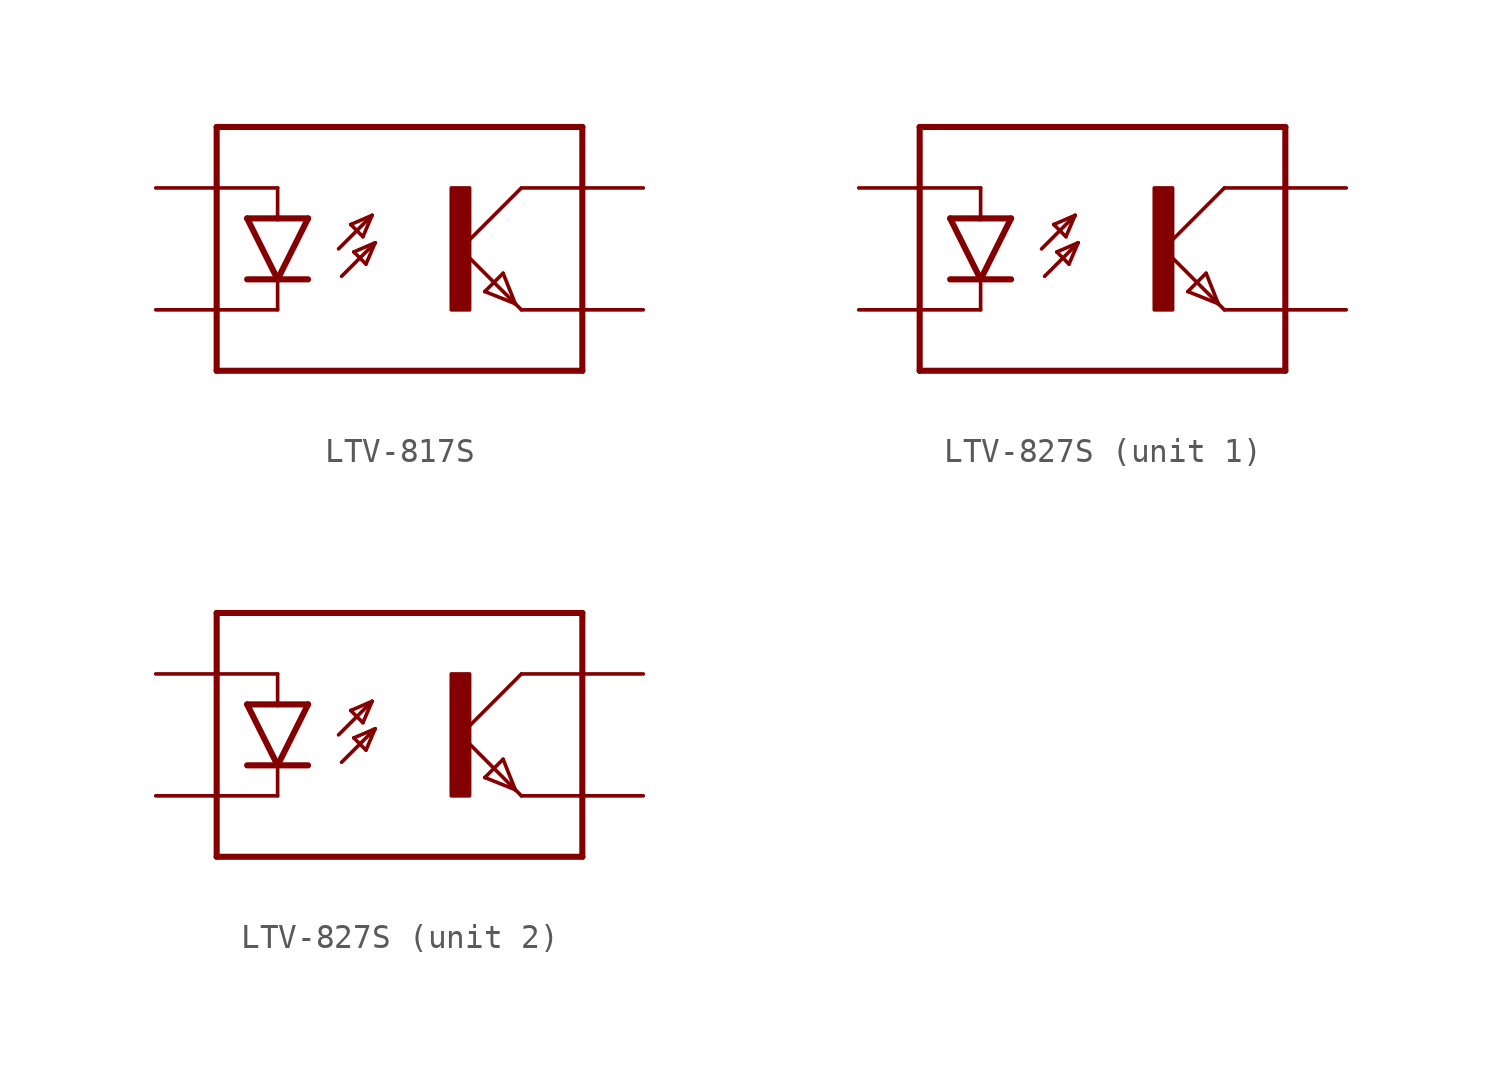
<source format=kicad_sym>
(kicad_symbol_lib
  (version 20231120)
  (generator "kicad_symbol_editor")
  (generator_version "8.0")
  (symbol "LTV-817S"
    (property "Reference" ""
      (at 0 5.842 0)
      (effects (font (size 1.778 1.511)) (justify bottom) (hide yes)))
    (property "Value" ""
      (at 0 -5.842 0)
      (effects (font (size 1.778 1.511)) (justify top)))
    (property "ki_locked" ""
      (at 0 0 0)
      (effects (font (size 1.27 1.27))))
    (symbol "LTV-817S_1_0"
      (polyline (pts (xy -7.62 -5.08) (xy 7.62 -5.08)) (stroke (width 0.254) (type solid)) (fill (type none)))
      (polyline (pts (xy -7.62 5.08) (xy -7.62 -5.08)) (stroke (width 0.254) (type solid)) (fill (type none)))
      (polyline (pts (xy -7.62 5.08) (xy 7.62 5.08)) (stroke (width 0.254) (type solid)) (fill (type none)))
      (polyline (pts (xy -5.08 -2.54) (xy -7.62 -2.54)) (stroke (width 0.152) (type solid)) (fill (type none)))
      (polyline (pts (xy -5.08 -1.27) (xy -6.35 -1.27)) (stroke (width 0.254) (type solid)) (fill (type none)))
      (polyline (pts (xy -5.08 -1.27) (xy -6.35 1.27)) (stroke (width 0.254) (type solid)) (fill (type none)))
      (polyline (pts (xy -5.08 -1.27) (xy -5.08 -2.54)) (stroke (width 0.152) (type solid)) (fill (type none)))
      (polyline (pts (xy -5.08 1.27) (xy -6.35 1.27)) (stroke (width 0.254) (type solid)) (fill (type none)))
      (polyline (pts (xy -5.08 2.54) (xy -7.62 2.54)) (stroke (width 0.152) (type solid)) (fill (type none)))
      (polyline (pts (xy -5.08 2.54) (xy -5.08 1.27)) (stroke (width 0.152) (type solid)) (fill (type none)))
      (polyline (pts (xy -3.81 -1.27) (xy -5.08 -1.27)) (stroke (width 0.254) (type solid)) (fill (type none)))
      (polyline (pts (xy -3.81 1.27) (xy -5.08 -1.27)) (stroke (width 0.254) (type solid)) (fill (type none)))
      (polyline (pts (xy -3.81 1.27) (xy -5.08 1.27)) (stroke (width 0.254) (type solid)) (fill (type none)))
      (polyline (pts (xy -2.54 0) (xy -1.143 1.397)) (stroke (width 0.152) (type solid)) (fill (type none)))
      (polyline (pts (xy -2.413 -1.143) (xy -1.016 0.254)) (stroke (width 0.152) (type solid)) (fill (type none)))
      (polyline (pts (xy -2.032 1.016) (xy -1.524 0.508)) (stroke (width 0.152) (type solid)) (fill (type none)))
      (polyline (pts (xy -1.905 -0.127) (xy -1.397 -0.635)) (stroke (width 0.152) (type solid)) (fill (type none)))
      (polyline (pts (xy -1.524 0.508) (xy -1.143 1.397)) (stroke (width 0.152) (type solid)) (fill (type none)))
      (polyline (pts (xy -1.397 -0.635) (xy -1.016 0.254)) (stroke (width 0.152) (type solid)) (fill (type none)))
      (polyline (pts (xy -1.143 1.397) (xy -2.032 1.016)) (stroke (width 0.152) (type solid)) (fill (type none)))
      (polyline (pts (xy -1.016 0.254) (xy -1.905 -0.127)) (stroke (width 0.152) (type solid)) (fill (type none)))
      (polyline (pts (xy 2.54 0) (xy 4.826 -2.286)) (stroke (width 0.152) (type solid)) (fill (type none)))
      (polyline (pts (xy 3.556 -1.778) (xy 4.318 -1.016)) (stroke (width 0.152) (type solid)) (fill (type none)))
      (polyline (pts (xy 4.318 -1.016) (xy 4.826 -2.286)) (stroke (width 0.152) (type solid)) (fill (type none)))
      (polyline (pts (xy 4.826 -2.286) (xy 3.556 -1.778)) (stroke (width 0.152) (type solid)) (fill (type none)))
      (polyline (pts (xy 4.826 -2.286) (xy 5.08 -2.54)) (stroke (width 0.152) (type solid)) (fill (type none)))
      (polyline (pts (xy 5.08 -2.54) (xy 7.62 -2.54)) (stroke (width 0.152) (type solid)) (fill (type none)))
      (polyline (pts (xy 5.08 2.54) (xy 2.54 0)) (stroke (width 0.152) (type solid)) (fill (type none)))
      (polyline (pts (xy 5.08 2.54) (xy 7.62 2.54)) (stroke (width 0.152) (type solid)) (fill (type none)))
      (polyline (pts (xy 7.62 -5.08) (xy 7.62 5.08)) (stroke (width 0.254) (type solid)) (fill (type none)))
      (rectangle (start 2.159 -2.54) (end 2.921 2.54) (stroke (width 0) (type default)) (fill (type outline)))
      (pin passive line (at -10.16 2.54 0) (length 2.54) (name "A" (effects (font (size 0 0)))) (number "P$1" (effects (font (size 0 0)))))
      (pin passive line (at -10.16 -2.54 0) (length 2.54) (name "C" (effects (font (size 0 0)))) (number "P$2" (effects (font (size 0 0)))))
      (pin passive line (at 10.16 -2.54 180) (length 2.54) (name "EMIT" (effects (font (size 0 0)))) (number "P$3" (effects (font (size 0 0)))))
      (pin passive line (at 10.16 2.54 180) (length 2.54) (name "COL" (effects (font (size 0 0)))) (number "P$4" (effects (font (size 0 0)))))))
  (symbol "LTV-827S"
    (property "Reference" ""
      (at 0 5.842 0)
      (effects (font (size 1.778 1.511)) (justify bottom) (hide yes)))
    (property "Value" ""
      (at 0 -5.842 0)
      (effects (font (size 1.778 1.511)) (justify top)))
    (property "ki_locked" ""
      (at 0 0 0)
      (effects (font (size 1.27 1.27))))
    (symbol "LTV-827S_1_0"
      (polyline (pts (xy -7.62 -5.08) (xy 7.62 -5.08)) (stroke (width 0.254) (type solid)) (fill (type none)))
      (polyline (pts (xy -7.62 5.08) (xy -7.62 -5.08)) (stroke (width 0.254) (type solid)) (fill (type none)))
      (polyline (pts (xy -7.62 5.08) (xy 7.62 5.08)) (stroke (width 0.254) (type solid)) (fill (type none)))
      (polyline (pts (xy -5.08 -2.54) (xy -7.62 -2.54)) (stroke (width 0.152) (type solid)) (fill (type none)))
      (polyline (pts (xy -5.08 -1.27) (xy -6.35 -1.27)) (stroke (width 0.254) (type solid)) (fill (type none)))
      (polyline (pts (xy -5.08 -1.27) (xy -6.35 1.27)) (stroke (width 0.254) (type solid)) (fill (type none)))
      (polyline (pts (xy -5.08 -1.27) (xy -5.08 -2.54)) (stroke (width 0.152) (type solid)) (fill (type none)))
      (polyline (pts (xy -5.08 1.27) (xy -6.35 1.27)) (stroke (width 0.254) (type solid)) (fill (type none)))
      (polyline (pts (xy -5.08 2.54) (xy -7.62 2.54)) (stroke (width 0.152) (type solid)) (fill (type none)))
      (polyline (pts (xy -5.08 2.54) (xy -5.08 1.27)) (stroke (width 0.152) (type solid)) (fill (type none)))
      (polyline (pts (xy -3.81 -1.27) (xy -5.08 -1.27)) (stroke (width 0.254) (type solid)) (fill (type none)))
      (polyline (pts (xy -3.81 1.27) (xy -5.08 -1.27)) (stroke (width 0.254) (type solid)) (fill (type none)))
      (polyline (pts (xy -3.81 1.27) (xy -5.08 1.27)) (stroke (width 0.254) (type solid)) (fill (type none)))
      (polyline (pts (xy -2.54 0) (xy -1.143 1.397)) (stroke (width 0.152) (type solid)) (fill (type none)))
      (polyline (pts (xy -2.413 -1.143) (xy -1.016 0.254)) (stroke (width 0.152) (type solid)) (fill (type none)))
      (polyline (pts (xy -2.032 1.016) (xy -1.524 0.508)) (stroke (width 0.152) (type solid)) (fill (type none)))
      (polyline (pts (xy -1.905 -0.127) (xy -1.397 -0.635)) (stroke (width 0.152) (type solid)) (fill (type none)))
      (polyline (pts (xy -1.524 0.508) (xy -1.143 1.397)) (stroke (width 0.152) (type solid)) (fill (type none)))
      (polyline (pts (xy -1.397 -0.635) (xy -1.016 0.254)) (stroke (width 0.152) (type solid)) (fill (type none)))
      (polyline (pts (xy -1.143 1.397) (xy -2.032 1.016)) (stroke (width 0.152) (type solid)) (fill (type none)))
      (polyline (pts (xy -1.016 0.254) (xy -1.905 -0.127)) (stroke (width 0.152) (type solid)) (fill (type none)))
      (polyline (pts (xy 2.54 0) (xy 4.826 -2.286)) (stroke (width 0.152) (type solid)) (fill (type none)))
      (polyline (pts (xy 3.556 -1.778) (xy 4.318 -1.016)) (stroke (width 0.152) (type solid)) (fill (type none)))
      (polyline (pts (xy 4.318 -1.016) (xy 4.826 -2.286)) (stroke (width 0.152) (type solid)) (fill (type none)))
      (polyline (pts (xy 4.826 -2.286) (xy 3.556 -1.778)) (stroke (width 0.152) (type solid)) (fill (type none)))
      (polyline (pts (xy 4.826 -2.286) (xy 5.08 -2.54)) (stroke (width 0.152) (type solid)) (fill (type none)))
      (polyline (pts (xy 5.08 -2.54) (xy 7.62 -2.54)) (stroke (width 0.152) (type solid)) (fill (type none)))
      (polyline (pts (xy 5.08 2.54) (xy 2.54 0)) (stroke (width 0.152) (type solid)) (fill (type none)))
      (polyline (pts (xy 5.08 2.54) (xy 7.62 2.54)) (stroke (width 0.152) (type solid)) (fill (type none)))
      (polyline (pts (xy 7.62 -5.08) (xy 7.62 5.08)) (stroke (width 0.254) (type solid)) (fill (type none)))
      (rectangle (start 2.159 -2.54) (end 2.921 2.54) (stroke (width 0) (type default)) (fill (type outline)))
      (pin passive line (at -10.16 2.54 0) (length 2.54) (name "A" (effects (font (size 0 0)))) (number "P$1" (effects (font (size 0 0)))))
      (pin passive line (at -10.16 -2.54 0) (length 2.54) (name "C" (effects (font (size 0 0)))) (number "P$2" (effects (font (size 0 0)))))
      (pin passive line (at 10.16 -2.54 180) (length 2.54) (name "EMIT" (effects (font (size 0 0)))) (number "P$7" (effects (font (size 0 0)))))
      (pin passive line (at 10.16 2.54 180) (length 2.54) (name "COL" (effects (font (size 0 0)))) (number "P$8" (effects (font (size 0 0))))))
    (symbol "LTV-827S_2_0"
      (polyline (pts (xy -7.62 -5.08) (xy 7.62 -5.08)) (stroke (width 0.254) (type solid)) (fill (type none)))
      (polyline (pts (xy -7.62 5.08) (xy -7.62 -5.08)) (stroke (width 0.254) (type solid)) (fill (type none)))
      (polyline (pts (xy -7.62 5.08) (xy 7.62 5.08)) (stroke (width 0.254) (type solid)) (fill (type none)))
      (polyline (pts (xy -5.08 -2.54) (xy -7.62 -2.54)) (stroke (width 0.152) (type solid)) (fill (type none)))
      (polyline (pts (xy -5.08 -1.27) (xy -6.35 -1.27)) (stroke (width 0.254) (type solid)) (fill (type none)))
      (polyline (pts (xy -5.08 -1.27) (xy -6.35 1.27)) (stroke (width 0.254) (type solid)) (fill (type none)))
      (polyline (pts (xy -5.08 -1.27) (xy -5.08 -2.54)) (stroke (width 0.152) (type solid)) (fill (type none)))
      (polyline (pts (xy -5.08 1.27) (xy -6.35 1.27)) (stroke (width 0.254) (type solid)) (fill (type none)))
      (polyline (pts (xy -5.08 2.54) (xy -7.62 2.54)) (stroke (width 0.152) (type solid)) (fill (type none)))
      (polyline (pts (xy -5.08 2.54) (xy -5.08 1.27)) (stroke (width 0.152) (type solid)) (fill (type none)))
      (polyline (pts (xy -3.81 -1.27) (xy -5.08 -1.27)) (stroke (width 0.254) (type solid)) (fill (type none)))
      (polyline (pts (xy -3.81 1.27) (xy -5.08 -1.27)) (stroke (width 0.254) (type solid)) (fill (type none)))
      (polyline (pts (xy -3.81 1.27) (xy -5.08 1.27)) (stroke (width 0.254) (type solid)) (fill (type none)))
      (polyline (pts (xy -2.54 0) (xy -1.143 1.397)) (stroke (width 0.152) (type solid)) (fill (type none)))
      (polyline (pts (xy -2.413 -1.143) (xy -1.016 0.254)) (stroke (width 0.152) (type solid)) (fill (type none)))
      (polyline (pts (xy -2.032 1.016) (xy -1.524 0.508)) (stroke (width 0.152) (type solid)) (fill (type none)))
      (polyline (pts (xy -1.905 -0.127) (xy -1.397 -0.635)) (stroke (width 0.152) (type solid)) (fill (type none)))
      (polyline (pts (xy -1.524 0.508) (xy -1.143 1.397)) (stroke (width 0.152) (type solid)) (fill (type none)))
      (polyline (pts (xy -1.397 -0.635) (xy -1.016 0.254)) (stroke (width 0.152) (type solid)) (fill (type none)))
      (polyline (pts (xy -1.143 1.397) (xy -2.032 1.016)) (stroke (width 0.152) (type solid)) (fill (type none)))
      (polyline (pts (xy -1.016 0.254) (xy -1.905 -0.127)) (stroke (width 0.152) (type solid)) (fill (type none)))
      (polyline (pts (xy 2.54 0) (xy 4.826 -2.286)) (stroke (width 0.152) (type solid)) (fill (type none)))
      (polyline (pts (xy 3.556 -1.778) (xy 4.318 -1.016)) (stroke (width 0.152) (type solid)) (fill (type none)))
      (polyline (pts (xy 4.318 -1.016) (xy 4.826 -2.286)) (stroke (width 0.152) (type solid)) (fill (type none)))
      (polyline (pts (xy 4.826 -2.286) (xy 3.556 -1.778)) (stroke (width 0.152) (type solid)) (fill (type none)))
      (polyline (pts (xy 4.826 -2.286) (xy 5.08 -2.54)) (stroke (width 0.152) (type solid)) (fill (type none)))
      (polyline (pts (xy 5.08 -2.54) (xy 7.62 -2.54)) (stroke (width 0.152) (type solid)) (fill (type none)))
      (polyline (pts (xy 5.08 2.54) (xy 2.54 0)) (stroke (width 0.152) (type solid)) (fill (type none)))
      (polyline (pts (xy 5.08 2.54) (xy 7.62 2.54)) (stroke (width 0.152) (type solid)) (fill (type none)))
      (polyline (pts (xy 7.62 -5.08) (xy 7.62 5.08)) (stroke (width 0.254) (type solid)) (fill (type none)))
      (rectangle (start 2.159 -2.54) (end 2.921 2.54) (stroke (width 0) (type default)) (fill (type outline)))
      (pin passive line (at -10.16 2.54 0) (length 2.54) (name "A" (effects (font (size 0 0)))) (number "P$3" (effects (font (size 0 0)))))
      (pin passive line (at -10.16 -2.54 0) (length 2.54) (name "C" (effects (font (size 0 0)))) (number "P$4" (effects (font (size 0 0)))))
      (pin passive line (at 10.16 -2.54 180) (length 2.54) (name "EMIT" (effects (font (size 0 0)))) (number "P$5" (effects (font (size 0 0)))))
      (pin passive line (at 10.16 2.54 180) (length 2.54) (name "COL" (effects (font (size 0 0)))) (number "P$6" (effects (font (size 0 0))))))))
</source>
